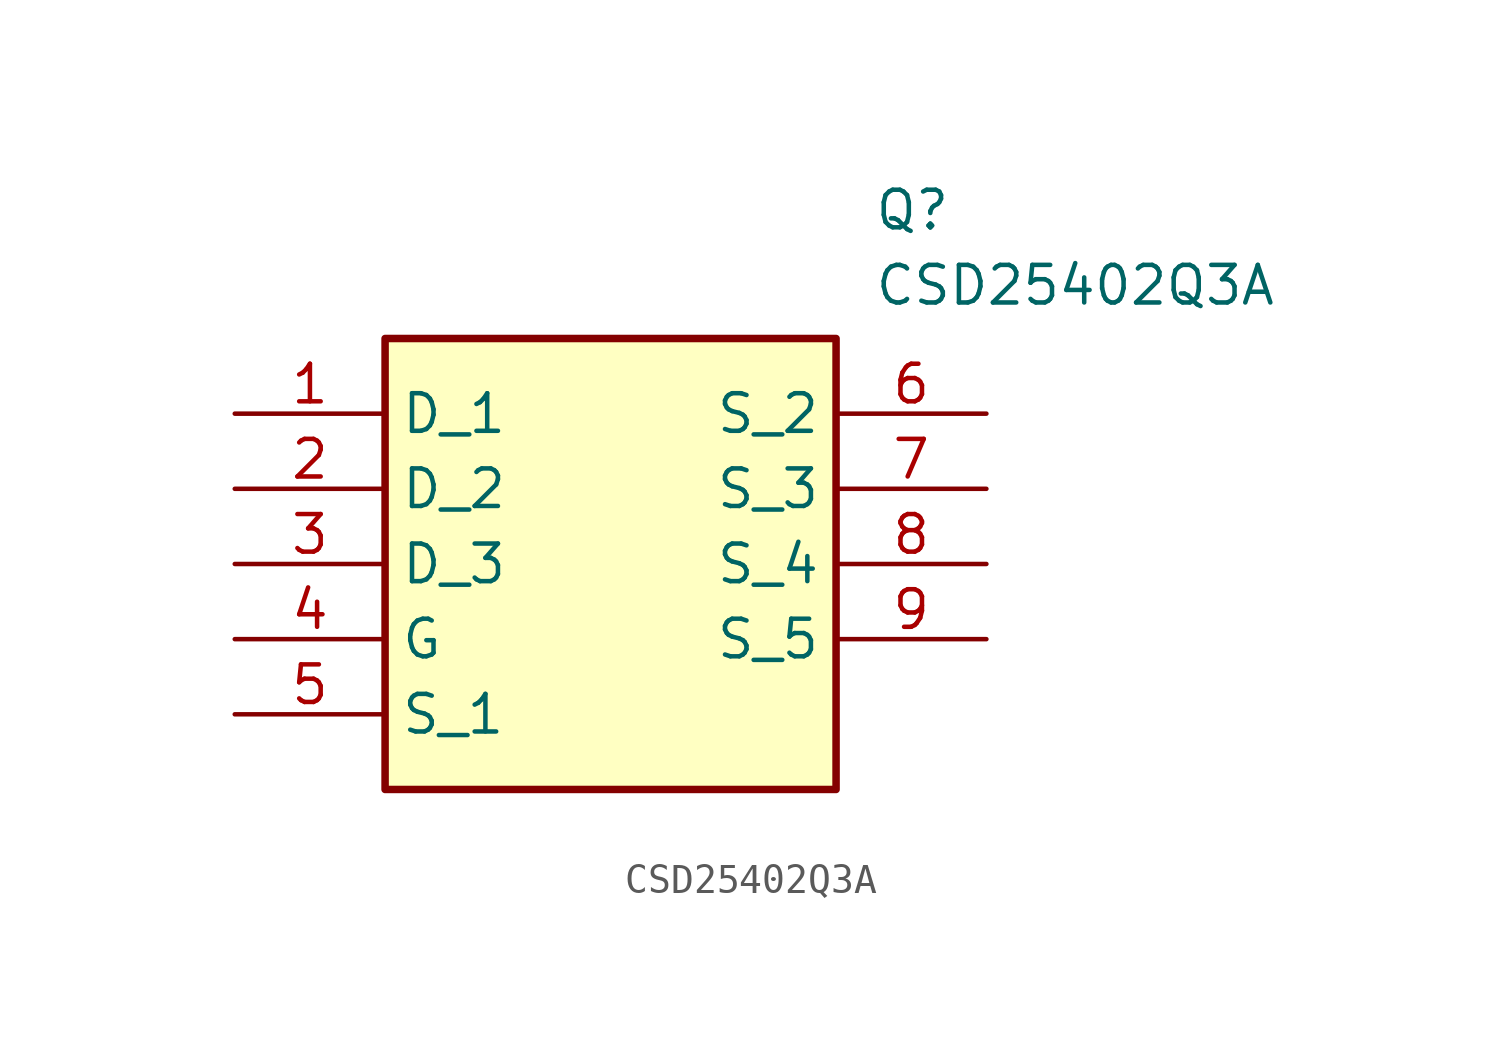
<source format=kicad_sym>
(kicad_symbol_lib
  (version 20211014)
  (generator SamacSys_ECAD_Model)
  (symbol "CSD25402Q3A"
    (property "Reference" "Q"
      (at 21.59 7.62 0)
      (effects (font (size 1.27 1.27)) (justify left top)))
    (property "Value" "CSD25402Q3A"
      (at 21.59 5.08 0)
      (effects (font (size 1.27 1.27)) (justify left top)))
    (rectangle
      (start 5.08 2.54)
      (end 20.32 -12.7)
      (stroke (width 0.254) (type default))
      (fill (type background)))
    (pin passive line
      (at 0 0 0)
      (length 5.08)
      (name "D_1" (effects (font (size 1.27 1.27))))
      (number "1" (effects (font (size 1.27 1.27)))))
    (pin passive line
      (at 0 -2.54 0)
      (length 5.08)
      (name "D_2" (effects (font (size 1.27 1.27))))
      (number "2" (effects (font (size 1.27 1.27)))))
    (pin passive line
      (at 0 -5.08 0)
      (length 5.08)
      (name "D_3" (effects (font (size 1.27 1.27))))
      (number "3" (effects (font (size 1.27 1.27)))))
    (pin passive line
      (at 0 -7.62 0)
      (length 5.08)
      (name "G" (effects (font (size 1.27 1.27))))
      (number "4" (effects (font (size 1.27 1.27)))))
    (pin passive line
      (at 0 -10.16 0)
      (length 5.08)
      (name "S_1" (effects (font (size 1.27 1.27))))
      (number "5" (effects (font (size 1.27 1.27)))))
    (pin passive line
      (at 25.4 0 180)
      (length 5.08)
      (name "S_2" (effects (font (size 1.27 1.27))))
      (number "6" (effects (font (size 1.27 1.27)))))
    (pin passive line
      (at 25.4 -2.54 180)
      (length 5.08)
      (name "S_3" (effects (font (size 1.27 1.27))))
      (number "7" (effects (font (size 1.27 1.27)))))
    (pin passive line
      (at 25.4 -5.08 180)
      (length 5.08)
      (name "S_4" (effects (font (size 1.27 1.27))))
      (number "8" (effects (font (size 1.27 1.27)))))
    (pin passive line
      (at 25.4 -7.62 180)
      (length 5.08)
      (name "S_5" (effects (font (size 1.27 1.27))))
      (number "9" (effects (font (size 1.27 1.27)))))))
</source>
